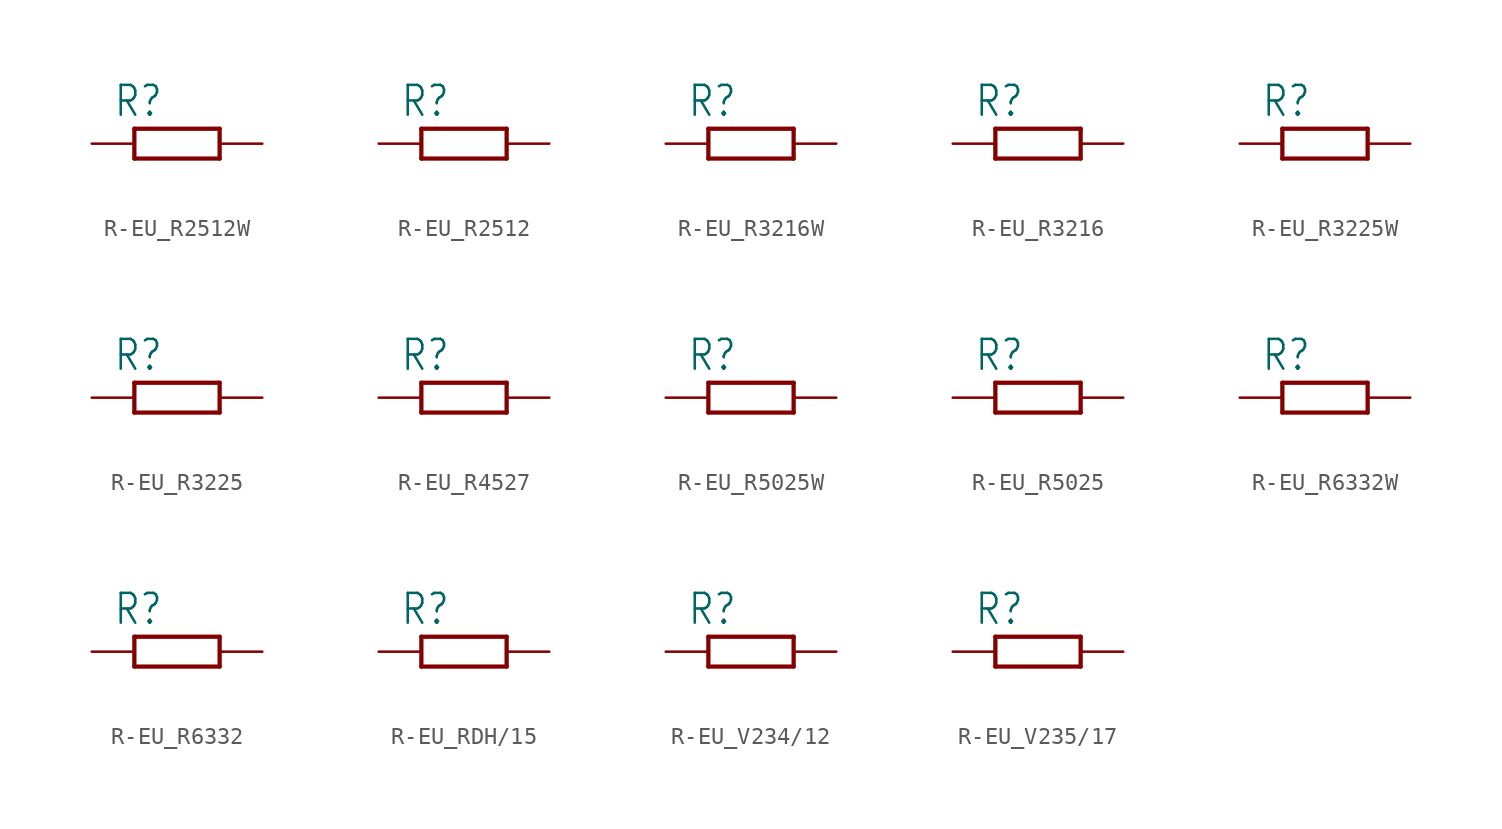
<source format=kicad_sym>
(kicad_symbol_lib
  (version 20241209)
  (generator "kicad_symbol_editor")
  (generator_version "9.0")
  (symbol "R-EU_R2512W"
    (property "Reference" "R"
      (at -3.81 1.499 0)
      (effects (font (size 1.778 1.511)) (justify left bottom)))
    (property "Value" ""
      (at -3.81 -3.302 0)
      (effects (font (size 1.778 1.511)) (justify left bottom)))
    (property "ki_locked" ""
      (at 0 0 0)
      (effects (font (size 1.27 1.27))))
    (symbol "R-EU_R2512W_1_0"
      (polyline (pts (xy -2.54 -0.889) (xy -2.54 0.889)) (stroke (width 0.254) (type solid)) (fill (type none)))
      (polyline (pts (xy -2.54 -0.889) (xy 2.54 -0.889)) (stroke (width 0.254) (type solid)) (fill (type none)))
      (polyline (pts (xy 2.54 0.889) (xy -2.54 0.889)) (stroke (width 0.254) (type solid)) (fill (type none)))
      (polyline (pts (xy 2.54 -0.889) (xy 2.54 0.889)) (stroke (width 0.254) (type solid)) (fill (type none)))
      (pin passive line (at -5.08 0 0) (length 2.54) (name "1" (effects (font (size 0 0)))) (number "1" (effects (font (size 0 0)))))
      (pin passive line (at 5.08 0 180) (length 2.54) (name "2" (effects (font (size 0 0)))) (number "2" (effects (font (size 0 0)))))))
  (symbol "R-EU_R2512"
    (property "Reference" "R"
      (at -3.81 1.499 0)
      (effects (font (size 1.778 1.511)) (justify left bottom)))
    (property "Value" ""
      (at -3.81 -3.302 0)
      (effects (font (size 1.778 1.511)) (justify left bottom)))
    (property "ki_locked" ""
      (at 0 0 0)
      (effects (font (size 1.27 1.27))))
    (symbol "R-EU_R2512_1_0"
      (polyline (pts (xy -2.54 -0.889) (xy -2.54 0.889)) (stroke (width 0.254) (type solid)) (fill (type none)))
      (polyline (pts (xy -2.54 -0.889) (xy 2.54 -0.889)) (stroke (width 0.254) (type solid)) (fill (type none)))
      (polyline (pts (xy 2.54 0.889) (xy -2.54 0.889)) (stroke (width 0.254) (type solid)) (fill (type none)))
      (polyline (pts (xy 2.54 -0.889) (xy 2.54 0.889)) (stroke (width 0.254) (type solid)) (fill (type none)))
      (pin passive line (at -5.08 0 0) (length 2.54) (name "1" (effects (font (size 0 0)))) (number "1" (effects (font (size 0 0)))))
      (pin passive line (at 5.08 0 180) (length 2.54) (name "2" (effects (font (size 0 0)))) (number "2" (effects (font (size 0 0)))))))
  (symbol "R-EU_R3216W"
    (property "Reference" "R"
      (at -3.81 1.499 0)
      (effects (font (size 1.778 1.511)) (justify left bottom)))
    (property "Value" ""
      (at -3.81 -3.302 0)
      (effects (font (size 1.778 1.511)) (justify left bottom)))
    (property "ki_locked" ""
      (at 0 0 0)
      (effects (font (size 1.27 1.27))))
    (symbol "R-EU_R3216W_1_0"
      (polyline (pts (xy -2.54 -0.889) (xy -2.54 0.889)) (stroke (width 0.254) (type solid)) (fill (type none)))
      (polyline (pts (xy -2.54 -0.889) (xy 2.54 -0.889)) (stroke (width 0.254) (type solid)) (fill (type none)))
      (polyline (pts (xy 2.54 0.889) (xy -2.54 0.889)) (stroke (width 0.254) (type solid)) (fill (type none)))
      (polyline (pts (xy 2.54 -0.889) (xy 2.54 0.889)) (stroke (width 0.254) (type solid)) (fill (type none)))
      (pin passive line (at -5.08 0 0) (length 2.54) (name "1" (effects (font (size 0 0)))) (number "1" (effects (font (size 0 0)))))
      (pin passive line (at 5.08 0 180) (length 2.54) (name "2" (effects (font (size 0 0)))) (number "2" (effects (font (size 0 0)))))))
  (symbol "R-EU_R3216"
    (property "Reference" "R"
      (at -3.81 1.499 0)
      (effects (font (size 1.778 1.511)) (justify left bottom)))
    (property "Value" ""
      (at -3.81 -3.302 0)
      (effects (font (size 1.778 1.511)) (justify left bottom)))
    (property "ki_locked" ""
      (at 0 0 0)
      (effects (font (size 1.27 1.27))))
    (symbol "R-EU_R3216_1_0"
      (polyline (pts (xy -2.54 -0.889) (xy -2.54 0.889)) (stroke (width 0.254) (type solid)) (fill (type none)))
      (polyline (pts (xy -2.54 -0.889) (xy 2.54 -0.889)) (stroke (width 0.254) (type solid)) (fill (type none)))
      (polyline (pts (xy 2.54 0.889) (xy -2.54 0.889)) (stroke (width 0.254) (type solid)) (fill (type none)))
      (polyline (pts (xy 2.54 -0.889) (xy 2.54 0.889)) (stroke (width 0.254) (type solid)) (fill (type none)))
      (pin passive line (at -5.08 0 0) (length 2.54) (name "1" (effects (font (size 0 0)))) (number "1" (effects (font (size 0 0)))))
      (pin passive line (at 5.08 0 180) (length 2.54) (name "2" (effects (font (size 0 0)))) (number "2" (effects (font (size 0 0)))))))
  (symbol "R-EU_R3225W"
    (property "Reference" "R"
      (at -3.81 1.499 0)
      (effects (font (size 1.778 1.511)) (justify left bottom)))
    (property "Value" ""
      (at -3.81 -3.302 0)
      (effects (font (size 1.778 1.511)) (justify left bottom)))
    (property "ki_locked" ""
      (at 0 0 0)
      (effects (font (size 1.27 1.27))))
    (symbol "R-EU_R3225W_1_0"
      (polyline (pts (xy -2.54 -0.889) (xy -2.54 0.889)) (stroke (width 0.254) (type solid)) (fill (type none)))
      (polyline (pts (xy -2.54 -0.889) (xy 2.54 -0.889)) (stroke (width 0.254) (type solid)) (fill (type none)))
      (polyline (pts (xy 2.54 0.889) (xy -2.54 0.889)) (stroke (width 0.254) (type solid)) (fill (type none)))
      (polyline (pts (xy 2.54 -0.889) (xy 2.54 0.889)) (stroke (width 0.254) (type solid)) (fill (type none)))
      (pin passive line (at -5.08 0 0) (length 2.54) (name "1" (effects (font (size 0 0)))) (number "1" (effects (font (size 0 0)))))
      (pin passive line (at 5.08 0 180) (length 2.54) (name "2" (effects (font (size 0 0)))) (number "2" (effects (font (size 0 0)))))))
  (symbol "R-EU_R3225"
    (property "Reference" "R"
      (at -3.81 1.499 0)
      (effects (font (size 1.778 1.511)) (justify left bottom)))
    (property "Value" ""
      (at -3.81 -3.302 0)
      (effects (font (size 1.778 1.511)) (justify left bottom)))
    (property "ki_locked" ""
      (at 0 0 0)
      (effects (font (size 1.27 1.27))))
    (symbol "R-EU_R3225_1_0"
      (polyline (pts (xy -2.54 -0.889) (xy -2.54 0.889)) (stroke (width 0.254) (type solid)) (fill (type none)))
      (polyline (pts (xy -2.54 -0.889) (xy 2.54 -0.889)) (stroke (width 0.254) (type solid)) (fill (type none)))
      (polyline (pts (xy 2.54 0.889) (xy -2.54 0.889)) (stroke (width 0.254) (type solid)) (fill (type none)))
      (polyline (pts (xy 2.54 -0.889) (xy 2.54 0.889)) (stroke (width 0.254) (type solid)) (fill (type none)))
      (pin passive line (at -5.08 0 0) (length 2.54) (name "1" (effects (font (size 0 0)))) (number "1" (effects (font (size 0 0)))))
      (pin passive line (at 5.08 0 180) (length 2.54) (name "2" (effects (font (size 0 0)))) (number "2" (effects (font (size 0 0)))))))
  (symbol "R-EU_R4527"
    (property "Reference" "R"
      (at -3.81 1.499 0)
      (effects (font (size 1.778 1.511)) (justify left bottom)))
    (property "Value" ""
      (at -3.81 -3.302 0)
      (effects (font (size 1.778 1.511)) (justify left bottom)))
    (property "ki_locked" ""
      (at 0 0 0)
      (effects (font (size 1.27 1.27))))
    (symbol "R-EU_R4527_1_0"
      (polyline (pts (xy -2.54 -0.889) (xy -2.54 0.889)) (stroke (width 0.254) (type solid)) (fill (type none)))
      (polyline (pts (xy -2.54 -0.889) (xy 2.54 -0.889)) (stroke (width 0.254) (type solid)) (fill (type none)))
      (polyline (pts (xy 2.54 0.889) (xy -2.54 0.889)) (stroke (width 0.254) (type solid)) (fill (type none)))
      (polyline (pts (xy 2.54 -0.889) (xy 2.54 0.889)) (stroke (width 0.254) (type solid)) (fill (type none)))
      (pin passive line (at -5.08 0 0) (length 2.54) (name "1" (effects (font (size 0 0)))) (number "1" (effects (font (size 0 0)))))
      (pin passive line (at 5.08 0 180) (length 2.54) (name "2" (effects (font (size 0 0)))) (number "2" (effects (font (size 0 0)))))))
  (symbol "R-EU_R5025W"
    (property "Reference" "R"
      (at -3.81 1.499 0)
      (effects (font (size 1.778 1.511)) (justify left bottom)))
    (property "Value" ""
      (at -3.81 -3.302 0)
      (effects (font (size 1.778 1.511)) (justify left bottom)))
    (property "ki_locked" ""
      (at 0 0 0)
      (effects (font (size 1.27 1.27))))
    (symbol "R-EU_R5025W_1_0"
      (polyline (pts (xy -2.54 -0.889) (xy -2.54 0.889)) (stroke (width 0.254) (type solid)) (fill (type none)))
      (polyline (pts (xy -2.54 -0.889) (xy 2.54 -0.889)) (stroke (width 0.254) (type solid)) (fill (type none)))
      (polyline (pts (xy 2.54 0.889) (xy -2.54 0.889)) (stroke (width 0.254) (type solid)) (fill (type none)))
      (polyline (pts (xy 2.54 -0.889) (xy 2.54 0.889)) (stroke (width 0.254) (type solid)) (fill (type none)))
      (pin passive line (at -5.08 0 0) (length 2.54) (name "1" (effects (font (size 0 0)))) (number "1" (effects (font (size 0 0)))))
      (pin passive line (at 5.08 0 180) (length 2.54) (name "2" (effects (font (size 0 0)))) (number "2" (effects (font (size 0 0)))))))
  (symbol "R-EU_R5025"
    (property "Reference" "R"
      (at -3.81 1.499 0)
      (effects (font (size 1.778 1.511)) (justify left bottom)))
    (property "Value" ""
      (at -3.81 -3.302 0)
      (effects (font (size 1.778 1.511)) (justify left bottom)))
    (property "ki_locked" ""
      (at 0 0 0)
      (effects (font (size 1.27 1.27))))
    (symbol "R-EU_R5025_1_0"
      (polyline (pts (xy -2.54 -0.889) (xy -2.54 0.889)) (stroke (width 0.254) (type solid)) (fill (type none)))
      (polyline (pts (xy -2.54 -0.889) (xy 2.54 -0.889)) (stroke (width 0.254) (type solid)) (fill (type none)))
      (polyline (pts (xy 2.54 0.889) (xy -2.54 0.889)) (stroke (width 0.254) (type solid)) (fill (type none)))
      (polyline (pts (xy 2.54 -0.889) (xy 2.54 0.889)) (stroke (width 0.254) (type solid)) (fill (type none)))
      (pin passive line (at -5.08 0 0) (length 2.54) (name "1" (effects (font (size 0 0)))) (number "1" (effects (font (size 0 0)))))
      (pin passive line (at 5.08 0 180) (length 2.54) (name "2" (effects (font (size 0 0)))) (number "2" (effects (font (size 0 0)))))))
  (symbol "R-EU_R6332W"
    (property "Reference" "R"
      (at -3.81 1.499 0)
      (effects (font (size 1.778 1.511)) (justify left bottom)))
    (property "Value" ""
      (at -3.81 -3.302 0)
      (effects (font (size 1.778 1.511)) (justify left bottom)))
    (property "ki_locked" ""
      (at 0 0 0)
      (effects (font (size 1.27 1.27))))
    (symbol "R-EU_R6332W_1_0"
      (polyline (pts (xy -2.54 -0.889) (xy -2.54 0.889)) (stroke (width 0.254) (type solid)) (fill (type none)))
      (polyline (pts (xy -2.54 -0.889) (xy 2.54 -0.889)) (stroke (width 0.254) (type solid)) (fill (type none)))
      (polyline (pts (xy 2.54 0.889) (xy -2.54 0.889)) (stroke (width 0.254) (type solid)) (fill (type none)))
      (polyline (pts (xy 2.54 -0.889) (xy 2.54 0.889)) (stroke (width 0.254) (type solid)) (fill (type none)))
      (pin passive line (at -5.08 0 0) (length 2.54) (name "1" (effects (font (size 0 0)))) (number "1" (effects (font (size 0 0)))))
      (pin passive line (at 5.08 0 180) (length 2.54) (name "2" (effects (font (size 0 0)))) (number "2" (effects (font (size 0 0)))))))
  (symbol "R-EU_R6332"
    (property "Reference" "R"
      (at -3.81 1.499 0)
      (effects (font (size 1.778 1.511)) (justify left bottom)))
    (property "Value" ""
      (at -3.81 -3.302 0)
      (effects (font (size 1.778 1.511)) (justify left bottom)))
    (property "ki_locked" ""
      (at 0 0 0)
      (effects (font (size 1.27 1.27))))
    (symbol "R-EU_R6332_1_0"
      (polyline (pts (xy -2.54 -0.889) (xy -2.54 0.889)) (stroke (width 0.254) (type solid)) (fill (type none)))
      (polyline (pts (xy -2.54 -0.889) (xy 2.54 -0.889)) (stroke (width 0.254) (type solid)) (fill (type none)))
      (polyline (pts (xy 2.54 0.889) (xy -2.54 0.889)) (stroke (width 0.254) (type solid)) (fill (type none)))
      (polyline (pts (xy 2.54 -0.889) (xy 2.54 0.889)) (stroke (width 0.254) (type solid)) (fill (type none)))
      (pin passive line (at -5.08 0 0) (length 2.54) (name "1" (effects (font (size 0 0)))) (number "1" (effects (font (size 0 0)))))
      (pin passive line (at 5.08 0 180) (length 2.54) (name "2" (effects (font (size 0 0)))) (number "2" (effects (font (size 0 0)))))))
  (symbol "R-EU_RDH/15"
    (property "Reference" "R"
      (at -3.81 1.499 0)
      (effects (font (size 1.778 1.511)) (justify left bottom)))
    (property "Value" ""
      (at -3.81 -3.302 0)
      (effects (font (size 1.778 1.511)) (justify left bottom)))
    (property "ki_locked" ""
      (at 0 0 0)
      (effects (font (size 1.27 1.27))))
    (symbol "R-EU_RDH/15_1_0"
      (polyline (pts (xy -2.54 -0.889) (xy -2.54 0.889)) (stroke (width 0.254) (type solid)) (fill (type none)))
      (polyline (pts (xy -2.54 -0.889) (xy 2.54 -0.889)) (stroke (width 0.254) (type solid)) (fill (type none)))
      (polyline (pts (xy 2.54 0.889) (xy -2.54 0.889)) (stroke (width 0.254) (type solid)) (fill (type none)))
      (polyline (pts (xy 2.54 -0.889) (xy 2.54 0.889)) (stroke (width 0.254) (type solid)) (fill (type none)))
      (pin passive line (at -5.08 0 0) (length 2.54) (name "1" (effects (font (size 0 0)))) (number "1" (effects (font (size 0 0)))))
      (pin passive line (at 5.08 0 180) (length 2.54) (name "2" (effects (font (size 0 0)))) (number "2" (effects (font (size 0 0)))))))
  (symbol "R-EU_V234/12"
    (property "Reference" "R"
      (at -3.81 1.499 0)
      (effects (font (size 1.778 1.511)) (justify left bottom)))
    (property "Value" ""
      (at -3.81 -3.302 0)
      (effects (font (size 1.778 1.511)) (justify left bottom)))
    (property "ki_locked" ""
      (at 0 0 0)
      (effects (font (size 1.27 1.27))))
    (symbol "R-EU_V234/12_1_0"
      (polyline (pts (xy -2.54 -0.889) (xy -2.54 0.889)) (stroke (width 0.254) (type solid)) (fill (type none)))
      (polyline (pts (xy -2.54 -0.889) (xy 2.54 -0.889)) (stroke (width 0.254) (type solid)) (fill (type none)))
      (polyline (pts (xy 2.54 0.889) (xy -2.54 0.889)) (stroke (width 0.254) (type solid)) (fill (type none)))
      (polyline (pts (xy 2.54 -0.889) (xy 2.54 0.889)) (stroke (width 0.254) (type solid)) (fill (type none)))
      (pin passive line (at -5.08 0 0) (length 2.54) (name "1" (effects (font (size 0 0)))) (number "1" (effects (font (size 0 0)))))
      (pin passive line (at 5.08 0 180) (length 2.54) (name "2" (effects (font (size 0 0)))) (number "2" (effects (font (size 0 0)))))))
  (symbol "R-EU_V235/17"
    (property "Reference" "R"
      (at -3.81 1.499 0)
      (effects (font (size 1.778 1.511)) (justify left bottom)))
    (property "Value" ""
      (at -3.81 -3.302 0)
      (effects (font (size 1.778 1.511)) (justify left bottom)))
    (property "ki_locked" ""
      (at 0 0 0)
      (effects (font (size 1.27 1.27))))
    (symbol "R-EU_V235/17_1_0"
      (polyline (pts (xy -2.54 -0.889) (xy -2.54 0.889)) (stroke (width 0.254) (type solid)) (fill (type none)))
      (polyline (pts (xy -2.54 -0.889) (xy 2.54 -0.889)) (stroke (width 0.254) (type solid)) (fill (type none)))
      (polyline (pts (xy 2.54 0.889) (xy -2.54 0.889)) (stroke (width 0.254) (type solid)) (fill (type none)))
      (polyline (pts (xy 2.54 -0.889) (xy 2.54 0.889)) (stroke (width 0.254) (type solid)) (fill (type none)))
      (pin passive line (at -5.08 0 0) (length 2.54) (name "1" (effects (font (size 0 0)))) (number "1" (effects (font (size 0 0)))))
      (pin passive line (at 5.08 0 180) (length 2.54) (name "2" (effects (font (size 0 0)))) (number "2" (effects (font (size 0 0))))))))
</source>
